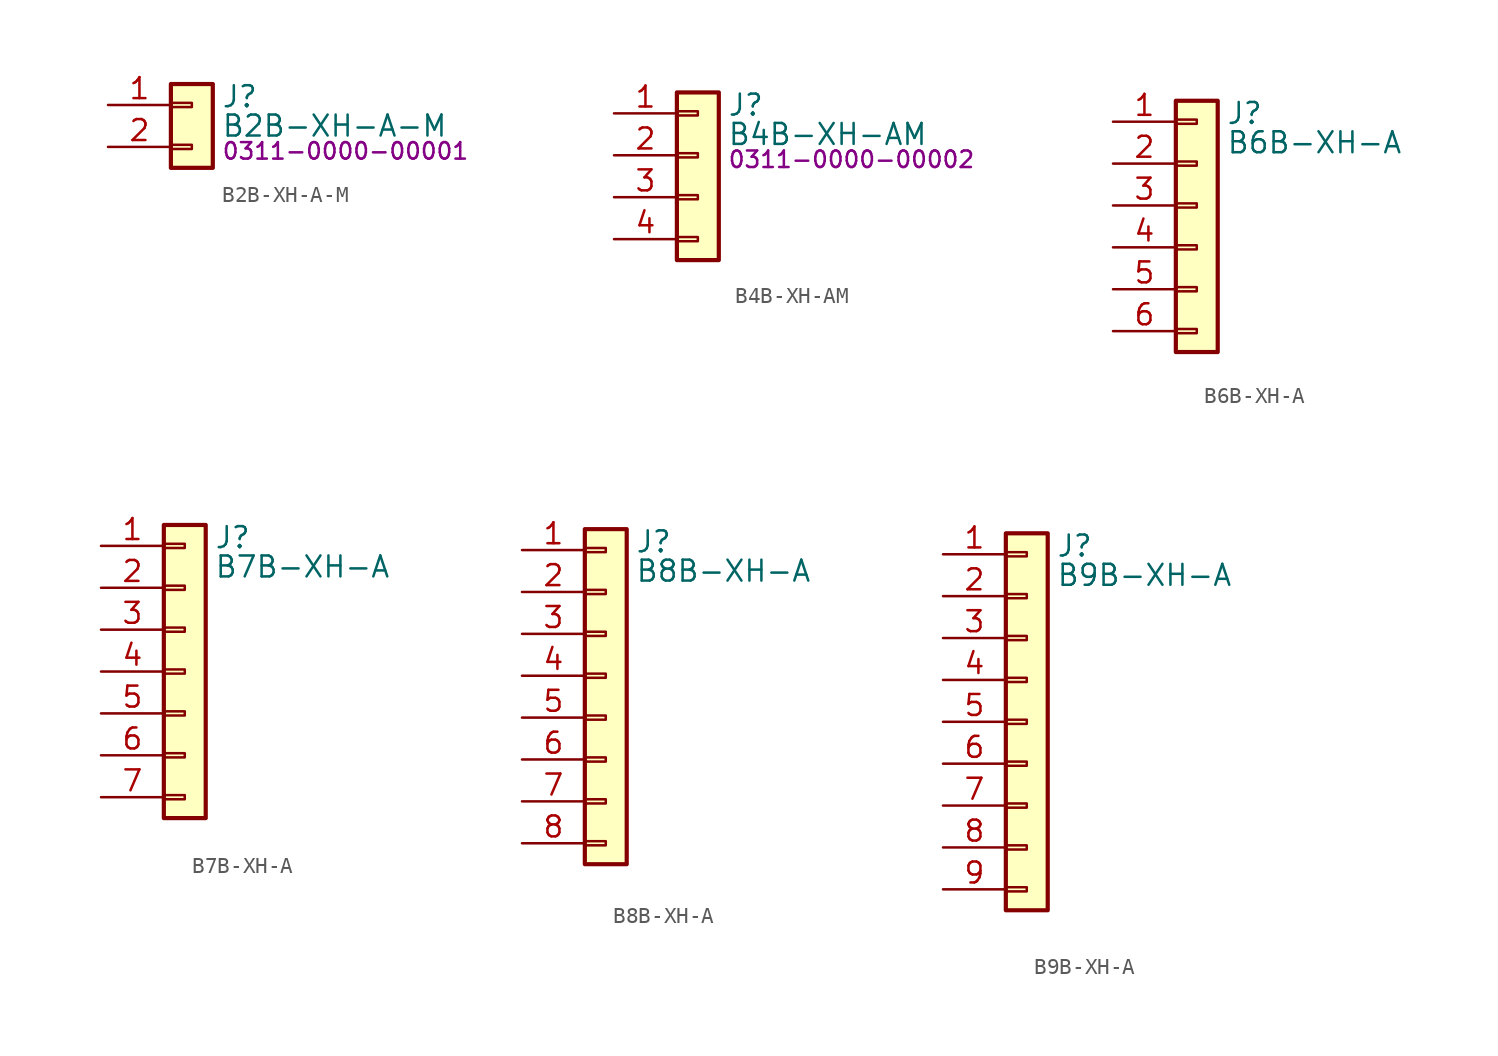
<source format=kicad_sym>
(kicad_symbol_lib
  (version 20231120)
  (generator "kicad_symbol_editor")
  (generator_version "8.0")
  (symbol "B2B-XH-A-M"
    (pin_names
      (offset 1.016) hide)
    (property "Reference" "J"
      (at 1.778 0.508 0)
      (effects (font (size 1.27 1.27)) (justify left)))
    (property "Value" "B2B-XH-A-M"
      (at 1.778 -1.27 0)
      (effects (font (size 1.27 1.27)) (justify left)))
    (property "PartNumber" "0311-0000-00001"
      (at 1.778 -2.794 0)
      (effects (font (size 1 1)) (justify left)))
    (symbol "B2B-XH-A-M_1_1"
      (rectangle (start -1.27 -2.413) (end 0 -2.667) (stroke (width 0.152) (type default)) (fill (type none)))
      (rectangle (start -1.27 0.127) (end 0 -0.127) (stroke (width 0.152) (type default)) (fill (type none)))
      (rectangle (start -1.27 1.27) (end 1.27 -3.81) (stroke (width 0.254) (type default)) (fill (type background)))
      (pin passive line (at -5.08 0 0) (length 3.81) (name "Pin_1" (effects (font (size 1.27 1.27)))) (number "1" (effects (font (size 1.27 1.27)))))
      (pin passive line (at -5.08 -2.54 0) (length 3.81) (name "Pin_2" (effects (font (size 1.27 1.27)))) (number "2" (effects (font (size 1.27 1.27)))))))
  (symbol "B4B-XH-AM"
    (pin_names
      (offset 1.016) hide)
    (property "Reference" "J"
      (at 1.778 3.048 0)
      (effects (font (size 1.27 1.27)) (justify left)))
    (property "Value" "B4B-XH-AM"
      (at 1.778 1.27 0)
      (effects (font (size 1.27 1.27)) (justify left)))
    (property "PartNumber" "0311-0000-00002"
      (at 1.778 -0.254 0)
      (effects (font (size 1 1)) (justify left)))
    (symbol "B4B-XH-AM_1_1"
      (rectangle (start -1.27 -4.953) (end 0 -5.207) (stroke (width 0.152) (type default)) (fill (type none)))
      (rectangle (start -1.27 -2.413) (end 0 -2.667) (stroke (width 0.152) (type default)) (fill (type none)))
      (rectangle (start -1.27 0.127) (end 0 -0.127) (stroke (width 0.152) (type default)) (fill (type none)))
      (rectangle (start -1.27 2.667) (end 0 2.413) (stroke (width 0.152) (type default)) (fill (type none)))
      (rectangle (start -1.27 3.81) (end 1.27 -6.35) (stroke (width 0.254) (type default)) (fill (type background)))
      (pin passive line (at -5.08 2.54 0) (length 3.81) (name "Pin_1" (effects (font (size 1.27 1.27)))) (number "1" (effects (font (size 1.27 1.27)))))
      (pin passive line (at -5.08 0 0) (length 3.81) (name "Pin_2" (effects (font (size 1.27 1.27)))) (number "2" (effects (font (size 1.27 1.27)))))
      (pin passive line (at -5.08 -2.54 0) (length 3.81) (name "Pin_3" (effects (font (size 1.27 1.27)))) (number "3" (effects (font (size 1.27 1.27)))))
      (pin passive line (at -5.08 -5.08 0) (length 3.81) (name "Pin_4" (effects (font (size 1.27 1.27)))) (number "4" (effects (font (size 1.27 1.27)))))))
  (symbol "B6B-XH-A"
    (pin_names
      (offset 1.016) hide)
    (property "Reference" "J"
      (at 1.778 5.588 0)
      (effects (font (size 1.27 1.27)) (justify left)))
    (property "Value" "B6B-XH-A"
      (at 1.778 3.81 0)
      (effects (font (size 1.27 1.27)) (justify left)))
    (symbol "B6B-XH-A_1_1"
      (rectangle (start -1.27 -7.493) (end 0 -7.747) (stroke (width 0.152) (type default)) (fill (type none)))
      (rectangle (start -1.27 -4.953) (end 0 -5.207) (stroke (width 0.152) (type default)) (fill (type none)))
      (rectangle (start -1.27 -2.413) (end 0 -2.667) (stroke (width 0.152) (type default)) (fill (type none)))
      (rectangle (start -1.27 0.127) (end 0 -0.127) (stroke (width 0.152) (type default)) (fill (type none)))
      (rectangle (start -1.27 2.667) (end 0 2.413) (stroke (width 0.152) (type default)) (fill (type none)))
      (rectangle (start -1.27 5.207) (end 0 4.953) (stroke (width 0.152) (type default)) (fill (type none)))
      (rectangle (start -1.27 6.35) (end 1.27 -8.89) (stroke (width 0.254) (type default)) (fill (type background)))
      (pin passive line (at -5.08 5.08 0) (length 3.81) (name "Pin_1" (effects (font (size 1.27 1.27)))) (number "1" (effects (font (size 1.27 1.27)))))
      (pin passive line (at -5.08 2.54 0) (length 3.81) (name "Pin_2" (effects (font (size 1.27 1.27)))) (number "2" (effects (font (size 1.27 1.27)))))
      (pin passive line (at -5.08 0 0) (length 3.81) (name "Pin_3" (effects (font (size 1.27 1.27)))) (number "3" (effects (font (size 1.27 1.27)))))
      (pin passive line (at -5.08 -2.54 0) (length 3.81) (name "Pin_4" (effects (font (size 1.27 1.27)))) (number "4" (effects (font (size 1.27 1.27)))))
      (pin passive line (at -5.08 -5.08 0) (length 3.81) (name "Pin_5" (effects (font (size 1.27 1.27)))) (number "5" (effects (font (size 1.27 1.27)))))
      (pin passive line (at -5.08 -7.62 0) (length 3.81) (name "Pin_6" (effects (font (size 1.27 1.27)))) (number "6" (effects (font (size 1.27 1.27)))))))
  (symbol "B7B-XH-A"
    (pin_names
      (offset 1.016) hide)
    (property "Reference" "J"
      (at 1.778 8.128 0)
      (effects (font (size 1.27 1.27)) (justify left)))
    (property "Value" "B7B-XH-A"
      (at 1.778 6.35 0)
      (effects (font (size 1.27 1.27)) (justify left)))
    (symbol "B7B-XH-A_1_1"
      (rectangle (start -1.27 -7.493) (end 0 -7.747) (stroke (width 0.152) (type default)) (fill (type none)))
      (rectangle (start -1.27 -4.953) (end 0 -5.207) (stroke (width 0.152) (type default)) (fill (type none)))
      (rectangle (start -1.27 -2.413) (end 0 -2.667) (stroke (width 0.152) (type default)) (fill (type none)))
      (rectangle (start -1.27 0.127) (end 0 -0.127) (stroke (width 0.152) (type default)) (fill (type none)))
      (rectangle (start -1.27 2.667) (end 0 2.413) (stroke (width 0.152) (type default)) (fill (type none)))
      (rectangle (start -1.27 5.207) (end 0 4.953) (stroke (width 0.152) (type default)) (fill (type none)))
      (rectangle (start -1.27 7.747) (end 0 7.493) (stroke (width 0.152) (type default)) (fill (type none)))
      (rectangle (start -1.27 8.89) (end 1.27 -8.89) (stroke (width 0.254) (type default)) (fill (type background)))
      (pin passive line (at -5.08 7.62 0) (length 3.81) (name "Pin_1" (effects (font (size 1.27 1.27)))) (number "1" (effects (font (size 1.27 1.27)))))
      (pin passive line (at -5.08 5.08 0) (length 3.81) (name "Pin_2" (effects (font (size 1.27 1.27)))) (number "2" (effects (font (size 1.27 1.27)))))
      (pin passive line (at -5.08 2.54 0) (length 3.81) (name "Pin_3" (effects (font (size 1.27 1.27)))) (number "3" (effects (font (size 1.27 1.27)))))
      (pin passive line (at -5.08 0 0) (length 3.81) (name "Pin_4" (effects (font (size 1.27 1.27)))) (number "4" (effects (font (size 1.27 1.27)))))
      (pin passive line (at -5.08 -2.54 0) (length 3.81) (name "Pin_5" (effects (font (size 1.27 1.27)))) (number "5" (effects (font (size 1.27 1.27)))))
      (pin passive line (at -5.08 -5.08 0) (length 3.81) (name "Pin_6" (effects (font (size 1.27 1.27)))) (number "6" (effects (font (size 1.27 1.27)))))
      (pin passive line (at -5.08 -7.62 0) (length 3.81) (name "Pin_7" (effects (font (size 1.27 1.27)))) (number "7" (effects (font (size 1.27 1.27)))))))
  (symbol "B8B-XH-A"
    (pin_names
      (offset 1.016) hide)
    (property "Reference" "J"
      (at 1.778 8.128 0)
      (effects (font (size 1.27 1.27)) (justify left)))
    (property "Value" "B8B-XH-A"
      (at 1.778 6.35 0)
      (effects (font (size 1.27 1.27)) (justify left)))
    (symbol "B8B-XH-A_1_1"
      (rectangle (start -1.27 -10.033) (end 0 -10.287) (stroke (width 0.152) (type default)) (fill (type none)))
      (rectangle (start -1.27 -7.493) (end 0 -7.747) (stroke (width 0.152) (type default)) (fill (type none)))
      (rectangle (start -1.27 -4.953) (end 0 -5.207) (stroke (width 0.152) (type default)) (fill (type none)))
      (rectangle (start -1.27 -2.413) (end 0 -2.667) (stroke (width 0.152) (type default)) (fill (type none)))
      (rectangle (start -1.27 0.127) (end 0 -0.127) (stroke (width 0.152) (type default)) (fill (type none)))
      (rectangle (start -1.27 2.667) (end 0 2.413) (stroke (width 0.152) (type default)) (fill (type none)))
      (rectangle (start -1.27 5.207) (end 0 4.953) (stroke (width 0.152) (type default)) (fill (type none)))
      (rectangle (start -1.27 7.747) (end 0 7.493) (stroke (width 0.152) (type default)) (fill (type none)))
      (rectangle (start -1.27 8.89) (end 1.27 -11.43) (stroke (width 0.254) (type default)) (fill (type background)))
      (pin passive line (at -5.08 7.62 0) (length 3.81) (name "Pin_1" (effects (font (size 1.27 1.27)))) (number "1" (effects (font (size 1.27 1.27)))))
      (pin passive line (at -5.08 5.08 0) (length 3.81) (name "Pin_2" (effects (font (size 1.27 1.27)))) (number "2" (effects (font (size 1.27 1.27)))))
      (pin passive line (at -5.08 2.54 0) (length 3.81) (name "Pin_3" (effects (font (size 1.27 1.27)))) (number "3" (effects (font (size 1.27 1.27)))))
      (pin passive line (at -5.08 0 0) (length 3.81) (name "Pin_4" (effects (font (size 1.27 1.27)))) (number "4" (effects (font (size 1.27 1.27)))))
      (pin passive line (at -5.08 -2.54 0) (length 3.81) (name "Pin_5" (effects (font (size 1.27 1.27)))) (number "5" (effects (font (size 1.27 1.27)))))
      (pin passive line (at -5.08 -5.08 0) (length 3.81) (name "Pin_6" (effects (font (size 1.27 1.27)))) (number "6" (effects (font (size 1.27 1.27)))))
      (pin passive line (at -5.08 -7.62 0) (length 3.81) (name "Pin_7" (effects (font (size 1.27 1.27)))) (number "7" (effects (font (size 1.27 1.27)))))
      (pin passive line (at -5.08 -10.16 0) (length 3.81) (name "Pin_8" (effects (font (size 1.27 1.27)))) (number "8" (effects (font (size 1.27 1.27)))))))
  (symbol "B9B-XH-A"
    (pin_names
      (offset 1.016) hide)
    (property "Reference" "J"
      (at 1.778 10.668 0)
      (effects (font (size 1.27 1.27)) (justify left)))
    (property "Value" "B9B-XH-A"
      (at 1.778 8.89 0)
      (effects (font (size 1.27 1.27)) (justify left)))
    (symbol "B9B-XH-A_1_1"
      (rectangle (start -1.27 -10.033) (end 0 -10.287) (stroke (width 0.152) (type default)) (fill (type none)))
      (rectangle (start -1.27 -7.493) (end 0 -7.747) (stroke (width 0.152) (type default)) (fill (type none)))
      (rectangle (start -1.27 -4.953) (end 0 -5.207) (stroke (width 0.152) (type default)) (fill (type none)))
      (rectangle (start -1.27 -2.413) (end 0 -2.667) (stroke (width 0.152) (type default)) (fill (type none)))
      (rectangle (start -1.27 0.127) (end 0 -0.127) (stroke (width 0.152) (type default)) (fill (type none)))
      (rectangle (start -1.27 2.667) (end 0 2.413) (stroke (width 0.152) (type default)) (fill (type none)))
      (rectangle (start -1.27 5.207) (end 0 4.953) (stroke (width 0.152) (type default)) (fill (type none)))
      (rectangle (start -1.27 7.747) (end 0 7.493) (stroke (width 0.152) (type default)) (fill (type none)))
      (rectangle (start -1.27 10.287) (end 0 10.033) (stroke (width 0.152) (type default)) (fill (type none)))
      (rectangle (start -1.27 11.43) (end 1.27 -11.43) (stroke (width 0.254) (type default)) (fill (type background)))
      (pin passive line (at -5.08 10.16 0) (length 3.81) (name "Pin_1" (effects (font (size 1.27 1.27)))) (number "1" (effects (font (size 1.27 1.27)))))
      (pin passive line (at -5.08 7.62 0) (length 3.81) (name "Pin_2" (effects (font (size 1.27 1.27)))) (number "2" (effects (font (size 1.27 1.27)))))
      (pin passive line (at -5.08 5.08 0) (length 3.81) (name "Pin_3" (effects (font (size 1.27 1.27)))) (number "3" (effects (font (size 1.27 1.27)))))
      (pin passive line (at -5.08 2.54 0) (length 3.81) (name "Pin_4" (effects (font (size 1.27 1.27)))) (number "4" (effects (font (size 1.27 1.27)))))
      (pin passive line (at -5.08 0 0) (length 3.81) (name "Pin_5" (effects (font (size 1.27 1.27)))) (number "5" (effects (font (size 1.27 1.27)))))
      (pin passive line (at -5.08 -2.54 0) (length 3.81) (name "Pin_6" (effects (font (size 1.27 1.27)))) (number "6" (effects (font (size 1.27 1.27)))))
      (pin passive line (at -5.08 -5.08 0) (length 3.81) (name "Pin_7" (effects (font (size 1.27 1.27)))) (number "7" (effects (font (size 1.27 1.27)))))
      (pin passive line (at -5.08 -7.62 0) (length 3.81) (name "Pin_8" (effects (font (size 1.27 1.27)))) (number "8" (effects (font (size 1.27 1.27)))))
      (pin passive line (at -5.08 -10.16 0) (length 3.81) (name "Pin_9" (effects (font (size 1.27 1.27)))) (number "9" (effects (font (size 1.27 1.27))))))))
</source>
